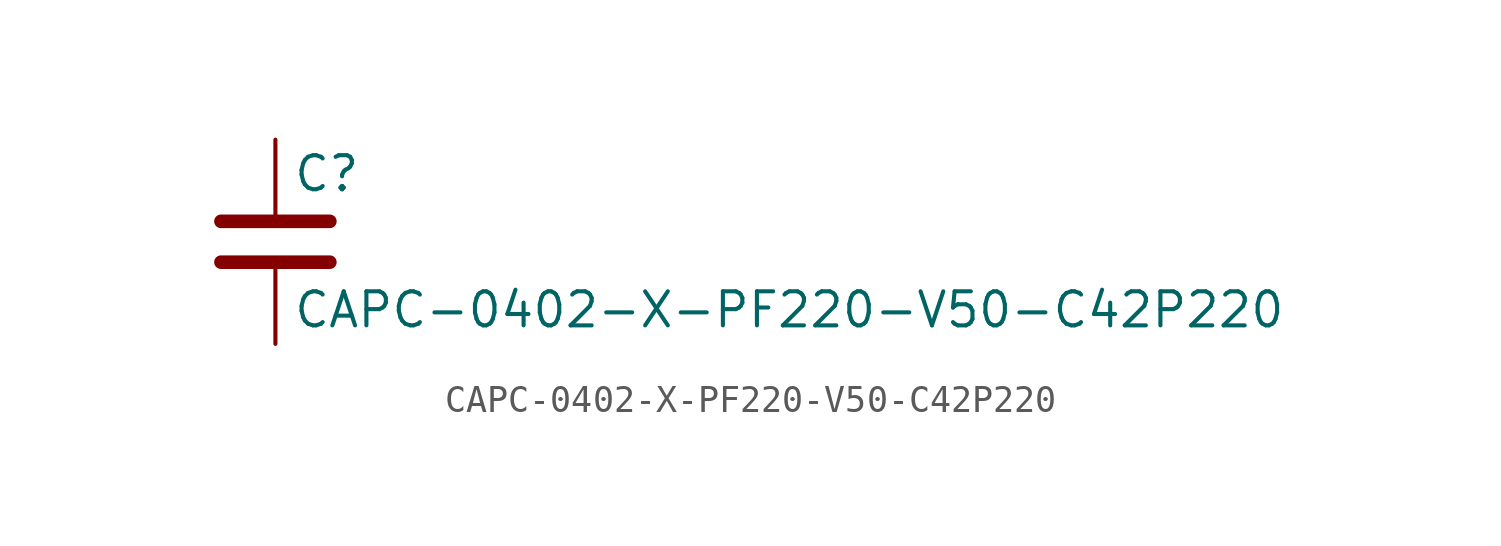
<source format=kicad_sym>
(kicad_symbol_lib
  (version 20211014)
  (generator kicad_symbol_editor)
  (symbol "CAPC-0402-X-PF220-V50-C42P220"
    (pin_numbers hide)
    (pin_names
      (offset 0.254))
    (property "Reference" "C"
      (at 0.635 2.54 0)
      (effects (font (size 1.27 1.27)) (justify left)))
    (property "Value" "CAPC-0402-X-PF220-V50-C42P220"
      (at 0.635 -2.54 0)
      (effects (font (size 1.27 1.27)) (justify left)))
    (symbol "CAPC-0402-X-PF220-V50-C42P220_0_1"
      (polyline (pts (xy -2.032 -0.762) (xy 2.032 -0.762)) (stroke (width 0.508) (type default) (color 0 0 0 0)) (fill (type none)))
      (polyline (pts (xy -2.032 0.762) (xy 2.032 0.762)) (stroke (width 0.508) (type default) (color 0 0 0 0)) (fill (type none))))
    (symbol "CAPC-0402-X-PF220-V50-C42P220_1_1"
      (pin passive line (at 0 3.81 270) (length 2.794) (name "~" (effects (font (size 1.27 1.27)))) (number "1" (effects (font (size 1.27 1.27)))))
      (pin passive line (at 0 -3.81 90) (length 2.794) (name "~" (effects (font (size 1.27 1.27)))) (number "2" (effects (font (size 1.27 1.27))))))))
</source>
